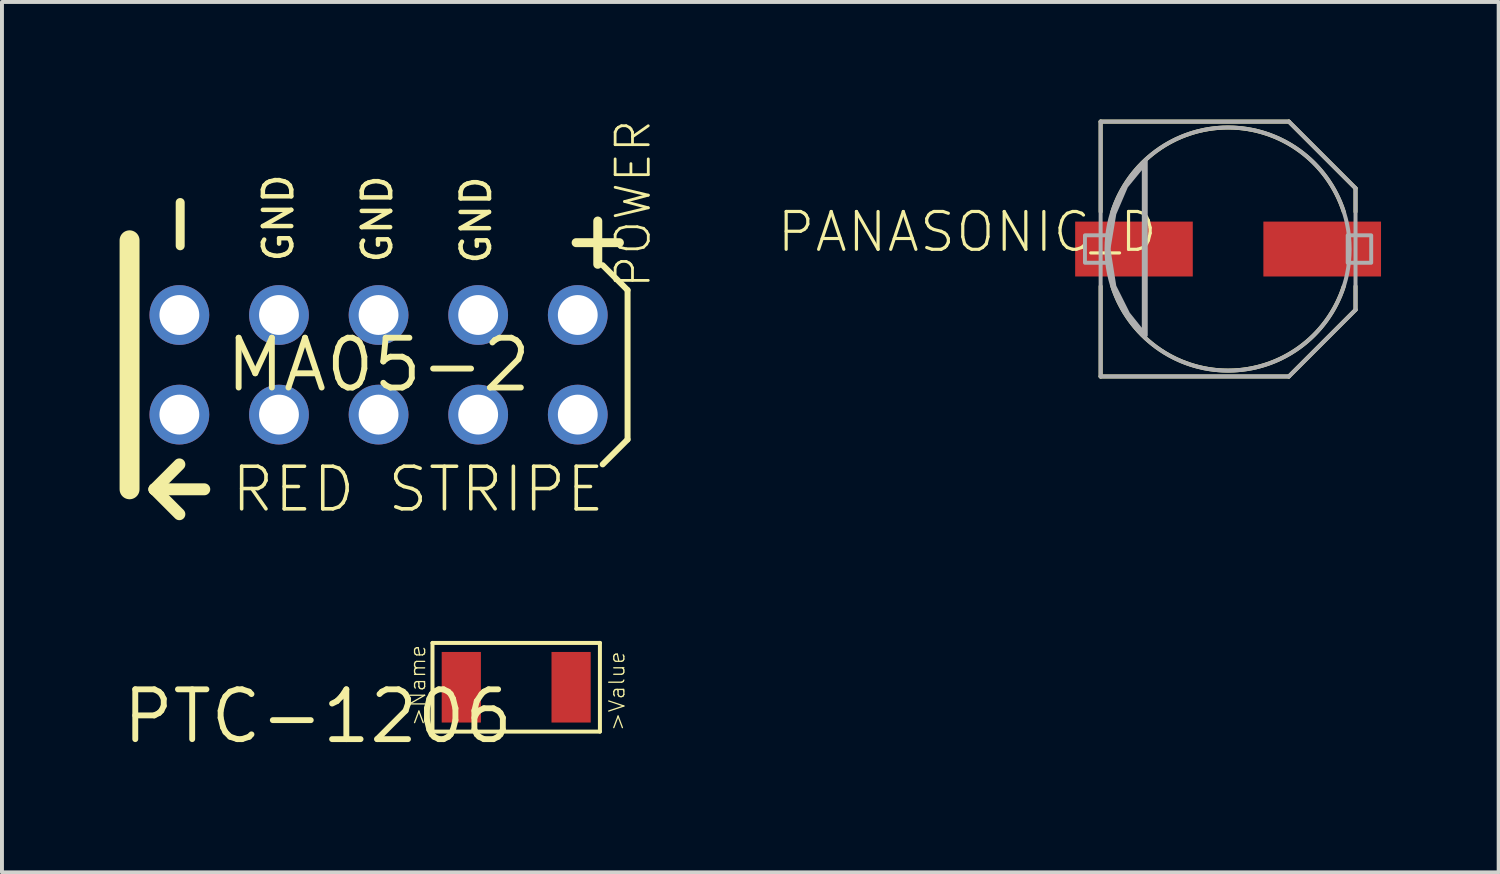
<source format=kicad_pcb>
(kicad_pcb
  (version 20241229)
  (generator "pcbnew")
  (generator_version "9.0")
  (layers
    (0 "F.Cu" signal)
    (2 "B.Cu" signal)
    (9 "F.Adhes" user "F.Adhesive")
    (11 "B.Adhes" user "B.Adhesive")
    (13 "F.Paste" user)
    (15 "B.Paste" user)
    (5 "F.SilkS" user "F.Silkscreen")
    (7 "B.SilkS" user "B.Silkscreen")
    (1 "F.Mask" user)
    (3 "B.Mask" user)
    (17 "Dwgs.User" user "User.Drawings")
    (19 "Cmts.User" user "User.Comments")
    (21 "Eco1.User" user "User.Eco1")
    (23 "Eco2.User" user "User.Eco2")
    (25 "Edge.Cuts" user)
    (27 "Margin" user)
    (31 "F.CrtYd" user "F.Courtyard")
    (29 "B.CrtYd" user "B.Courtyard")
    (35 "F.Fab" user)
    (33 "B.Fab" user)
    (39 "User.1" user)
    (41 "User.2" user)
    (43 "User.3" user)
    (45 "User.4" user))
  (footprint "PANASONIC_D"
    (layer "F.Cu")
    (at 28.268 3.301)
    (property "Reference" "PANASONIC_D" (at -1.75 -1 0) (layer "F.SilkS") (effects (font (size 0.965 0.965) (thickness 0.081)) (justify right top)))
    (attr through_hole)
    (fp_line (start -3.25 -3.25) (end 1.55 -3.25) (stroke (width 0.102) (type solid)) (layer "F.SilkS"))
    (fp_line (start -3.25 -0.95) (end -3.25 -3.25) (stroke (width 0.102) (type solid)) (layer "F.SilkS"))
    (fp_line (start -3.25 3.25) (end -3.25 0.95) (stroke (width 0.102) (type solid)) (layer "F.SilkS"))
    (fp_line (start 1.55 -3.25) (end 3.25 -1.55) (stroke (width 0.102) (type solid)) (layer "F.SilkS"))
    (fp_line (start 1.55 3.25) (end -3.25 3.25) (stroke (width 0.102) (type solid)) (layer "F.SilkS"))
    (fp_line (start 3.25 -1.55) (end 3.25 -0.95) (stroke (width 0.102) (type solid)) (layer "F.SilkS"))
    (fp_line (start 3.25 0.95) (end 3.25 1.55) (stroke (width 0.102) (type solid)) (layer "F.SilkS"))
    (fp_line (start 3.25 1.55) (end 1.55 3.25) (stroke (width 0.102) (type solid)) (layer "F.SilkS"))
    (fp_arc (start -2.95 -0.95) (mid 0 -3.099193) (end 2.95 -0.95) (stroke (width 0.1016) (type solid)) (layer "F.SilkS"))
    (fp_arc (start 2.95 0.95) (mid 0 3.099193) (end -2.95 0.95) (stroke (width 0.1016) (type solid)) (layer "F.SilkS"))
    (fp_line (start -3.25 -3.25) (end 1.55 -3.25) (stroke (width 0.102) (type solid)) (layer "F.Fab"))
    (fp_line (start -3.25 3.25) (end -3.25 -3.25) (stroke (width 0.102) (type solid)) (layer "F.Fab"))
    (fp_line (start -2.1 -2.25) (end -2.1 2.2) (stroke (width 0.102) (type solid)) (layer "F.Fab"))
    (fp_line (start 1.55 -3.25) (end 3.25 -1.55) (stroke (width 0.102) (type solid)) (layer "F.Fab"))
    (fp_line (start 1.55 3.25) (end -3.25 3.25) (stroke (width 0.102) (type solid)) (layer "F.Fab"))
    (fp_line (start 3.25 -1.55) (end 3.25 1.55) (stroke (width 0.102) (type solid)) (layer "F.Fab"))
    (fp_line (start 3.25 1.55) (end 1.55 3.25) (stroke (width 0.102) (type solid)) (layer "F.Fab"))
    (fp_circle (center 0 0) (end 3.1 0) (stroke (width 0.102) (type solid)) (fill no) (layer "F.Fab"))
    (fp_poly (pts (xy -3.65 0.35) (xy -3.05 0.35) (xy -3.05 -0.35) (xy -3.65 -0.35)) (stroke (width 0.1) (type solid)) (fill no) (layer "F.Fab"))
    (fp_poly (pts (xy 3.05 0.35) (xy 3.65 0.35) (xy 3.65 -0.35) (xy 3.05 -0.35)) (stroke (width 0.1) (type solid)) (fill no) (layer "F.Fab"))
    (fp_poly (pts (xy -2.15 -2.15) (xy -2.6 -1.6) (xy -2.9 -0.9) (xy -3.05 0) (xy -2.9 0.95) (xy -2.55 1.65) (xy -2.15 2.15) (xy -2.15 -2.1)) (stroke (width 0.1) (type solid)) (fill no) (layer "F.Fab"))
    (pad "+" smd rect (at 2.4 0) (size 3 1.4) (layers "F.Cu" "F.Mask" "F.Paste"))
    (pad "-" smd rect (at -2.4 0) (size 3 1.4) (layers "F.Cu" "F.Mask" "F.Paste")))
  (footprint "MA05-2"
    (layer "F.Cu")
    (at 6.604 6.253)
    (property "Reference" "MA05-2" (at 0 0 0) (layer "F.SilkS") (effects (font (size 1.27 1.27) (thickness 0.15))))
    (attr through_hole)
    (fp_line (start -6.35 -3.175) (end -6.35 3.175) (stroke (width 0.508) (type solid)) (layer "F.SilkS"))
    (fp_line (start -5.715 3.175) (end -5.08 3.81) (stroke (width 0.305) (type solid)) (layer "F.SilkS"))
    (fp_line (start -5.08 2.54) (end -5.715 3.175) (stroke (width 0.305) (type solid)) (layer "F.SilkS"))
    (fp_line (start -4.445 3.175) (end -5.715 3.175) (stroke (width 0.305) (type solid)) (layer "F.SilkS"))
    (fp_line (start 5.715 -2.54) (end 6.35 -1.905) (stroke (width 0.152) (type solid)) (layer "F.SilkS"))
    (fp_line (start 6.35 -1.905) (end 6.35 1.905) (stroke (width 0.152) (type solid)) (layer "F.SilkS"))
    (fp_line (start 6.35 1.905) (end 5.715 2.54) (stroke (width 0.152) (type solid)) (layer "F.SilkS"))
    (fp_poly (pts (xy -5.334 -1.016) (xy -4.826 -1.016) (xy -4.826 -1.524) (xy -5.334 -1.524)) (stroke (width 0.1) (type solid)) (fill no) (layer "F.Fab"))
    (fp_poly (pts (xy -5.334 1.524) (xy -4.826 1.524) (xy -4.826 1.016) (xy -5.334 1.016)) (stroke (width 0.1) (type solid)) (fill no) (layer "F.Fab"))
    (fp_poly (pts (xy -2.794 -1.016) (xy -2.286 -1.016) (xy -2.286 -1.524) (xy -2.794 -1.524)) (stroke (width 0.1) (type solid)) (fill no) (layer "F.Fab"))
    (fp_poly (pts (xy -2.794 1.524) (xy -2.286 1.524) (xy -2.286 1.016) (xy -2.794 1.016)) (stroke (width 0.1) (type solid)) (fill no) (layer "F.Fab"))
    (fp_poly (pts (xy -0.254 -1.016) (xy 0.254 -1.016) (xy 0.254 -1.524) (xy -0.254 -1.524)) (stroke (width 0.1) (type solid)) (fill no) (layer "F.Fab"))
    (fp_poly (pts (xy -0.254 1.524) (xy 0.254 1.524) (xy 0.254 1.016) (xy -0.254 1.016)) (stroke (width 0.1) (type solid)) (fill no) (layer "F.Fab"))
    (fp_poly (pts (xy 2.286 -1.016) (xy 2.794 -1.016) (xy 2.794 -1.524) (xy 2.286 -1.524)) (stroke (width 0.1) (type solid)) (fill no) (layer "F.Fab"))
    (fp_poly (pts (xy 2.286 1.524) (xy 2.794 1.524) (xy 2.794 1.016) (xy 2.286 1.016)) (stroke (width 0.1) (type solid)) (fill no) (layer "F.Fab"))
    (fp_poly (pts (xy 4.826 -1.016) (xy 5.334 -1.016) (xy 5.334 -1.524) (xy 4.826 -1.524)) (stroke (width 0.1) (type solid)) (fill no) (layer "F.Fab"))
    (fp_poly (pts (xy 4.826 1.524) (xy 5.334 1.524) (xy 5.334 1.016) (xy 4.826 1.016)) (stroke (width 0.1) (type solid)) (fill no) (layer "F.Fab"))
    (fp_text user "GND" (at 2.911 -2.513 90) (layer "F.SilkS") (effects (font (size 0.724 0.724) (thickness 0.114)) (justify left bottom)))
    (fp_text user "+" (at 4.543 -2.374 0) (layer "F.SilkS") (effects (font (size 1.448 1.448) (thickness 0.229)) (justify left bottom)))
    (fp_text user "POWER" (at 6.985 -1.905 270) (layer "F.SilkS") (effects (font (size 0.845 0.845) (thickness 0.071)) (justify left bottom)))
    (fp_text user "RED STRIPE" (at -3.81 3.81 0) (layer "F.SilkS") (effects (font (size 1.086 1.086) (thickness 0.091)) (justify left bottom)))
    (fp_text user "GND" (at -2.132 -2.567 90) (layer "F.SilkS") (effects (font (size 0.724 0.724) (thickness 0.114)) (justify left bottom)))
    (fp_text user "GND" (at 0.39 -2.54 90) (layer "F.SilkS") (effects (font (size 0.724 0.724) (thickness 0.114)) (justify left bottom)))
    (fp_text user "-" (at -4.318 -2.54 90) (layer "F.SilkS") (effects (font (size 1.448 1.448) (thickness 0.229)) (justify left bottom)))
    (pad "1" thru_hole circle (at -5.08 1.27) (size 1.524 1.524) (drill 1.016) (layers "*.Cu" "*.Mask"))
    (pad "2" thru_hole circle (at -5.08 -1.27) (size 1.524 1.524) (drill 1.016) (layers "*.Cu" "*.Mask"))
    (pad "3" thru_hole circle (at -2.54 1.27) (size 1.524 1.524) (drill 1.016) (layers "*.Cu" "*.Mask"))
    (pad "4" thru_hole circle (at -2.54 -1.27) (size 1.524 1.524) (drill 1.016) (layers "*.Cu" "*.Mask"))
    (pad "5" thru_hole circle (at 0 1.27) (size 1.524 1.524) (drill 1.016) (layers "*.Cu" "*.Mask"))
    (pad "6" thru_hole circle (at 0 -1.27) (size 1.524 1.524) (drill 1.016) (layers "*.Cu" "*.Mask"))
    (pad "7" thru_hole circle (at 2.54 1.27) (size 1.524 1.524) (drill 1.016) (layers "*.Cu" "*.Mask"))
    (pad "8" thru_hole circle (at 2.54 -1.27) (size 1.524 1.524) (drill 1.016) (layers "*.Cu" "*.Mask"))
    (pad "9" thru_hole circle (at 5.08 1.27) (size 1.524 1.524) (drill 1.016) (layers "*.Cu" "*.Mask"))
    (pad "10" thru_hole circle (at 5.08 -1.27) (size 1.524 1.524) (drill 1.016) (layers "*.Cu" "*.Mask")))
  (footprint "PTC-1206"
    (layer "F.Cu")
    (at 10.114 14.476)
    (property "Reference" "PTC-1206" (at 0 0 0) (layer "F.SilkS") (effects (font (size 1.27 1.27) (thickness 0.15)) (justify right top)))
    (attr through_hole)
    (fp_line (start -2.135 -1.131) (end 2.135 -1.131) (stroke (width 0.102) (type solid)) (layer "F.SilkS"))
    (fp_line (start -2.135 1.131) (end -2.135 -1.131) (stroke (width 0.102) (type solid)) (layer "F.SilkS"))
    (fp_line (start 2.135 -1.131) (end 2.135 1.131) (stroke (width 0.102) (type solid)) (layer "F.SilkS"))
    (fp_line (start 2.135 1.131) (end -2.135 1.131) (stroke (width 0.102) (type solid)) (layer "F.SilkS"))
    (fp_text user ">Name" (at -2.286 1.016 90) (layer "F.SilkS") (effects (font (size 0.386 0.386) (thickness 0.033)) (justify left bottom)))
    (fp_text user ">Value" (at 2.794 1.143 90) (layer "F.SilkS") (effects (font (size 0.386 0.386) (thickness 0.033)) (justify left bottom)))
    (pad "1" smd rect (at -1.4 0) (size 1 1.8) (layers "F.Cu" "F.Mask" "F.Paste"))
    (pad "2" smd rect (at 1.4 0) (size 1 1.8) (layers "F.Cu" "F.Mask" "F.Paste")))
  (gr_rect
    (start -3 -3)
    (end 35.168 19.196)
    (stroke (width 0.1) (type default))
    (fill no)
    (layer "Edge.Cuts")))
</source>
